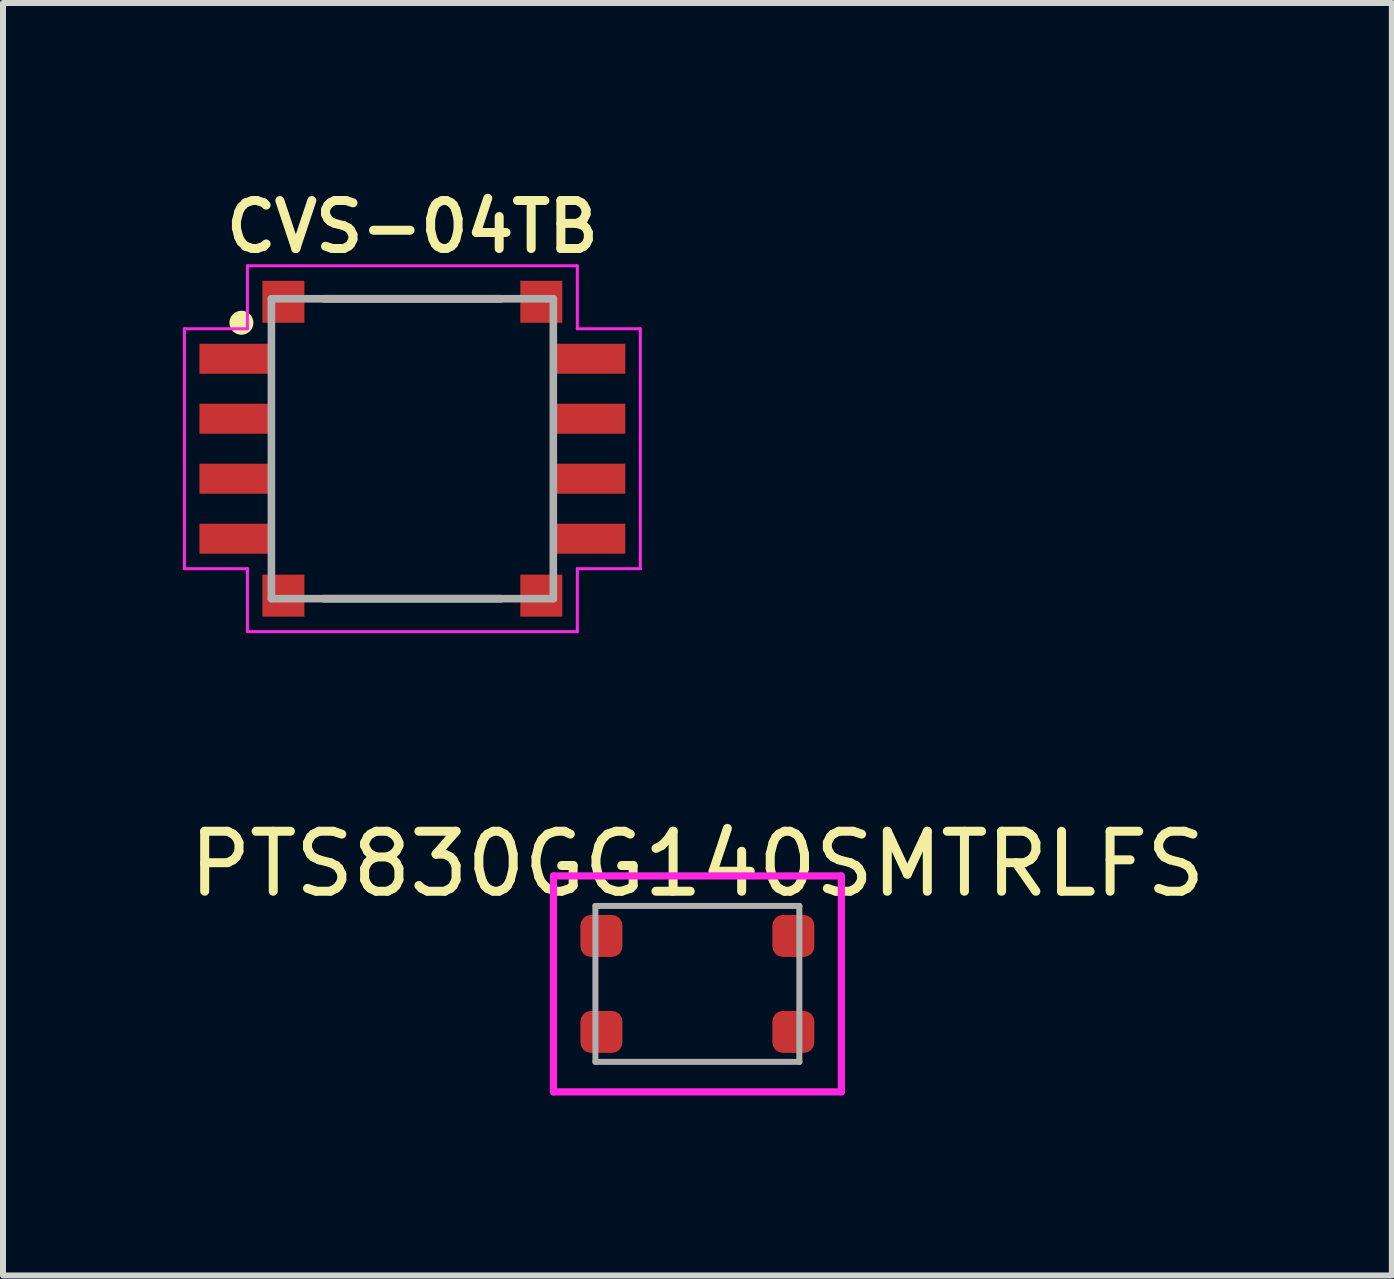
<source format=kicad_pcb>
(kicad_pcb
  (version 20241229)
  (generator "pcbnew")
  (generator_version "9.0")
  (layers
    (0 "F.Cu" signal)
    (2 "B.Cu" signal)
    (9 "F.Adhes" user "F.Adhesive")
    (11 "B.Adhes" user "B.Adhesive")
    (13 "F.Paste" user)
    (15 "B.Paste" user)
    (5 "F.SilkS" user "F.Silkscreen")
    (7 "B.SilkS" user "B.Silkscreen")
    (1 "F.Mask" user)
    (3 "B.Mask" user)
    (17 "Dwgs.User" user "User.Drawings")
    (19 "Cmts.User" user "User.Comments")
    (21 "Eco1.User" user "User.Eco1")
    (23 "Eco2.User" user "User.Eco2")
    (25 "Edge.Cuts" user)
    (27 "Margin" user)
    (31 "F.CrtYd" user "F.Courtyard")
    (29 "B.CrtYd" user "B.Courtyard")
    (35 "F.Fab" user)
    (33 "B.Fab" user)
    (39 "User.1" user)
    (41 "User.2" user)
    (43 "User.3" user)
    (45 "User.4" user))
  (footprint "CVS-04TB"
    (layer "F.Cu")
    (at 3.825 4.431)
    (property "Reference" "CVS-04TB" (at 0 -3.7 0) (layer "F.SilkS") (effects (font (size 0.8 0.8) (thickness 0.15))))
    (attr smd)
    (fp_line (start -1.48 -2.5) (end 1.48 -2.5) (stroke (width 0.127) (type solid)) (layer "F.SilkS"))
    (fp_line (start -1.48 2.5) (end 1.48 2.5) (stroke (width 0.127) (type solid)) (layer "F.SilkS"))
    (fp_circle (center -2.85 -2.1) (end -2.75 -2.1) (stroke (width 0.2) (type solid)) (fill no) (layer "F.SilkS"))
    (fp_line (start -3.8 -2) (end -3.8 2) (stroke (width 0.05) (type solid)) (layer "F.CrtYd"))
    (fp_line (start -3.8 2) (end -2.75 2) (stroke (width 0.05) (type solid)) (layer "F.CrtYd"))
    (fp_line (start -2.75 -3.05) (end -2.75 -2) (stroke (width 0.05) (type solid)) (layer "F.CrtYd"))
    (fp_line (start -2.75 -2) (end -3.8 -2) (stroke (width 0.05) (type solid)) (layer "F.CrtYd"))
    (fp_line (start -2.75 2) (end -2.75 3.05) (stroke (width 0.05) (type solid)) (layer "F.CrtYd"))
    (fp_line (start -2.75 3.05) (end 2.75 3.05) (stroke (width 0.05) (type solid)) (layer "F.CrtYd"))
    (fp_line (start 2.75 -3.05) (end -2.75 -3.05) (stroke (width 0.05) (type solid)) (layer "F.CrtYd"))
    (fp_line (start 2.75 -2) (end 2.75 -3.05) (stroke (width 0.05) (type solid)) (layer "F.CrtYd"))
    (fp_line (start 2.75 2) (end 3.8 2) (stroke (width 0.05) (type solid)) (layer "F.CrtYd"))
    (fp_line (start 2.75 3.05) (end 2.75 2) (stroke (width 0.05) (type solid)) (layer "F.CrtYd"))
    (fp_line (start 3.8 -2) (end 2.75 -2) (stroke (width 0.05) (type solid)) (layer "F.CrtYd"))
    (fp_line (start 3.8 2) (end 3.8 -2) (stroke (width 0.05) (type solid)) (layer "F.CrtYd"))
    (fp_line (start -2.35 -2.5) (end -2.35 2.5) (stroke (width 0.127) (type solid)) (layer "F.Fab"))
    (fp_line (start -2.35 2.5) (end 2.35 2.5) (stroke (width 0.127) (type solid)) (layer "F.Fab"))
    (fp_line (start 2.35 -2.5) (end -2.35 -2.5) (stroke (width 0.127) (type solid)) (layer "F.Fab"))
    (fp_line (start 2.35 2.5) (end 2.35 -2.5) (stroke (width 0.127) (type solid)) (layer "F.Fab"))
    (pad "1" smd rect (at -2.95 -1.5) (size 1.2 0.5) (layers "F.Cu" "F.Mask" "F.Paste"))
    (pad "2" smd rect (at -2.95 -0.5) (size 1.2 0.5) (layers "F.Cu" "F.Mask" "F.Paste"))
    (pad "3" smd rect (at -2.95 0.5) (size 1.2 0.5) (layers "F.Cu" "F.Mask" "F.Paste"))
    (pad "4" smd rect (at -2.95 1.5) (size 1.2 0.5) (layers "F.Cu" "F.Mask" "F.Paste"))
    (pad "5" smd rect (at 2.95 1.5) (size 1.2 0.5) (layers "F.Cu" "F.Mask" "F.Paste"))
    (pad "6" smd rect (at 2.95 0.5) (size 1.2 0.5) (layers "F.Cu" "F.Mask" "F.Paste"))
    (pad "7" smd rect (at 2.95 -0.5) (size 1.2 0.5) (layers "F.Cu" "F.Mask" "F.Paste"))
    (pad "8" smd rect (at 2.95 -1.5) (size 1.2 0.5) (layers "F.Cu" "F.Mask" "F.Paste"))
    (pad "S1" smd rect (at -2.15 -2.45) (size 0.7 0.7) (layers "F.Cu" "F.Mask" "F.Paste"))
    (pad "S2" smd rect (at -2.15 2.45) (size 0.7 0.7) (layers "F.Cu" "F.Mask" "F.Paste"))
    (pad "S3" smd rect (at 2.15 2.45) (size 0.7 0.7) (layers "F.Cu" "F.Mask" "F.Paste"))
    (pad "S4" smd rect (at 2.15 -2.45) (size 0.7 0.7) (layers "F.Cu" "F.Mask" "F.Paste")))
  (footprint "PTS830GG140SMTRLFS"
    (layer "F.Cu")
    (at 8.577 13.354)
    (property "Reference" "PTS830GG140SMTRLFS" (at 0 -2 0) (unlocked yes) (layer "F.SilkS") (effects (font (size 1 1) (thickness 0.15))))
    (attr through_hole)
    (fp_line (start -2.4 -1.8) (end -2.4 1.8) (stroke (width 0.12) (type solid)) (layer "F.CrtYd"))
    (fp_line (start -2.4 1.8) (end 2.4 1.8) (stroke (width 0.12) (type solid)) (layer "F.CrtYd"))
    (fp_line (start 2.4 -1.8) (end -2.4 -1.8) (stroke (width 0.12) (type solid)) (layer "F.CrtYd"))
    (fp_line (start 2.4 -1.8) (end 2.4 1.8) (stroke (width 0.12) (type solid)) (layer "F.CrtYd"))
    (fp_line (start -1.7 -1.3) (end -1.7 1.3) (stroke (width 0.1) (type solid)) (layer "F.Fab"))
    (fp_line (start -1.7 -1.3) (end 1.7 -1.3) (stroke (width 0.1) (type solid)) (layer "F.Fab"))
    (fp_line (start -1.7 1.3) (end 1.7 1.3) (stroke (width 0.1) (type solid)) (layer "F.Fab"))
    (fp_line (start 1.7 -1.3) (end 1.7 1.3) (stroke (width 0.1) (type solid)) (layer "F.Fab"))
    (pad "1" smd roundrect (at -1.6 -0.8 90) (size 0.7 0.7) (layers "F.Cu" "F.Mask" "F.Paste") (roundrect_rratio 0.25))
    (pad "2" smd roundrect (at 1.6 -0.8 90) (size 0.7 0.7) (layers "F.Cu" "F.Mask" "F.Paste") (roundrect_rratio 0.25))
    (pad "3" smd roundrect (at -1.6 0.8 90) (size 0.7 0.7) (layers "F.Cu" "F.Mask" "F.Paste") (roundrect_rratio 0.25))
    (pad "4" smd roundrect (at 1.6 0.8 90) (size 0.7 0.7) (layers "F.Cu" "F.Mask" "F.Paste") (roundrect_rratio 0.25)))
  (gr_rect
    (start -3 -3)
    (end 20.155 18.215)
    (stroke (width 0.1) (type default))
    (fill no)
    (layer "Edge.Cuts")))
</source>
